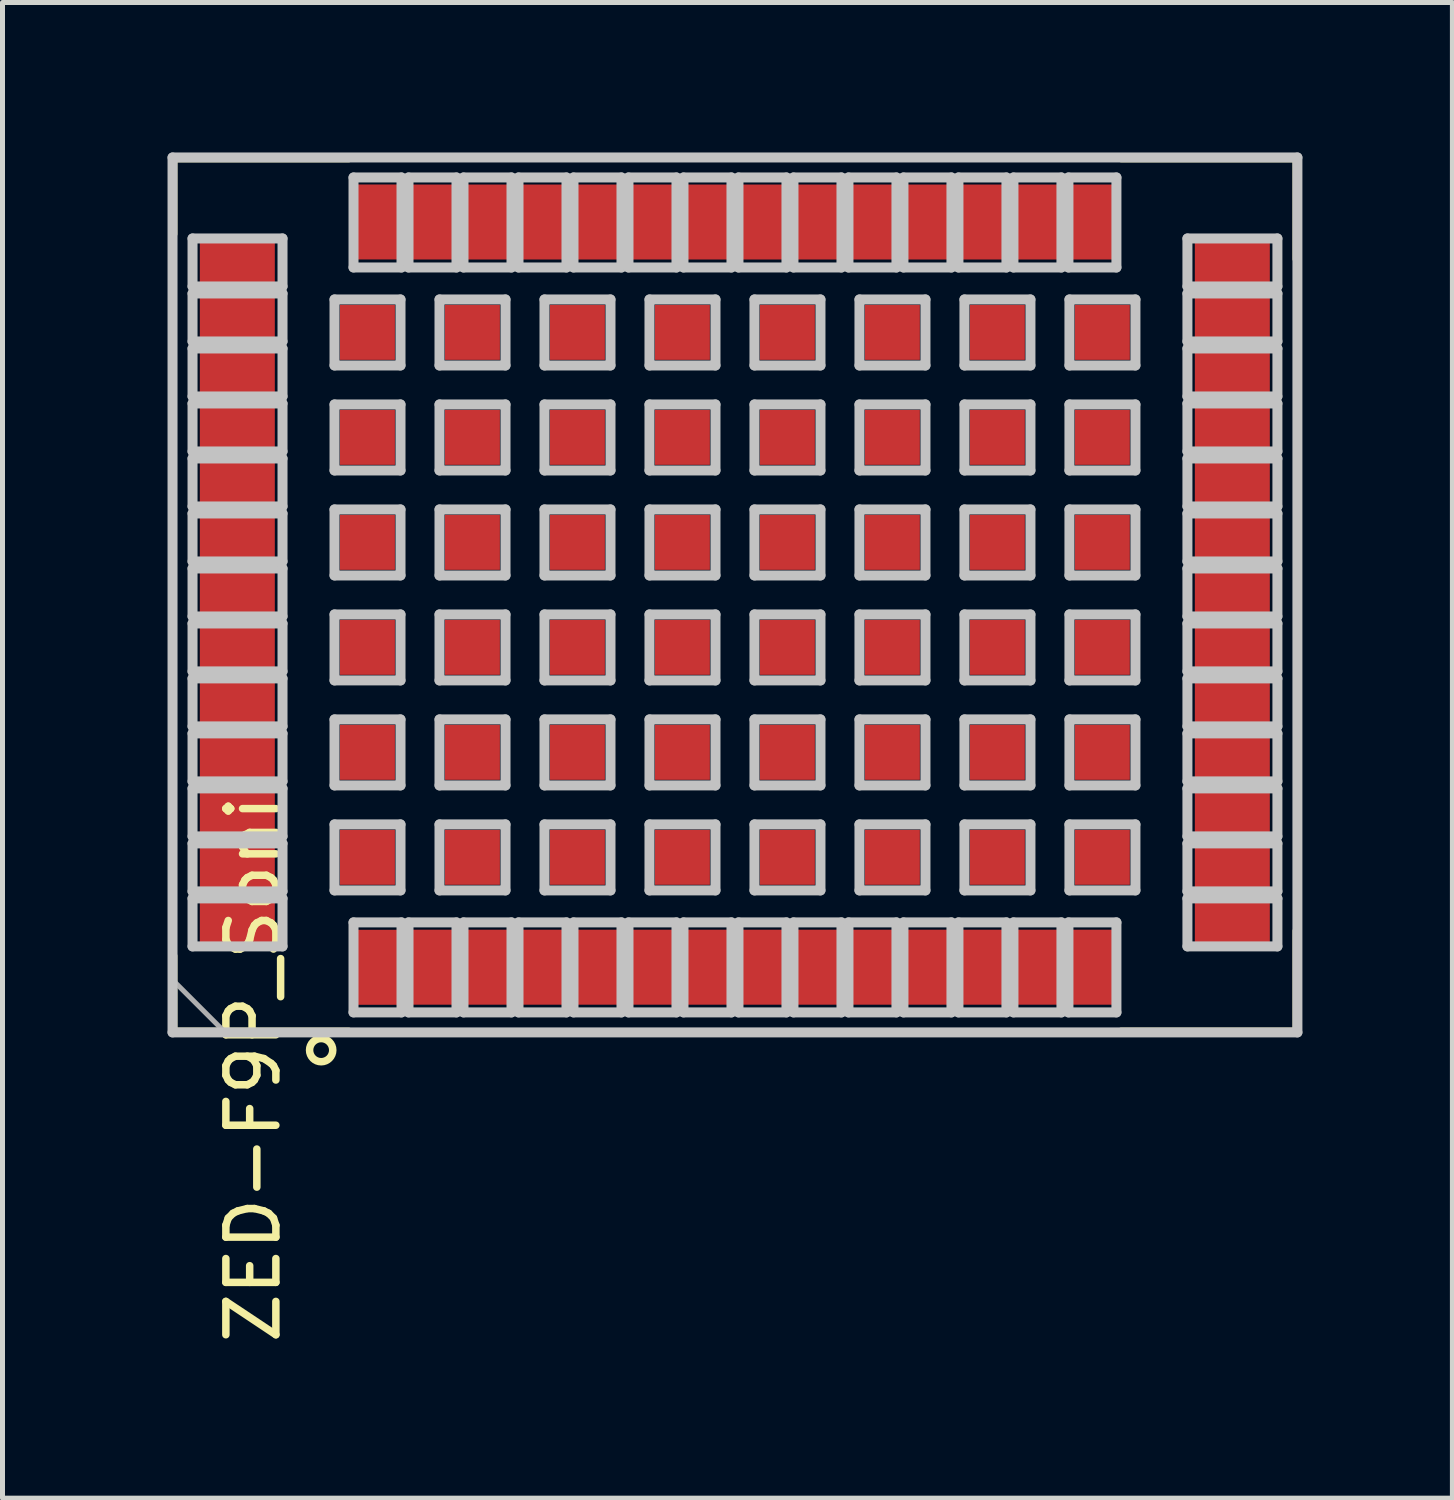
<source format=kicad_pcb>
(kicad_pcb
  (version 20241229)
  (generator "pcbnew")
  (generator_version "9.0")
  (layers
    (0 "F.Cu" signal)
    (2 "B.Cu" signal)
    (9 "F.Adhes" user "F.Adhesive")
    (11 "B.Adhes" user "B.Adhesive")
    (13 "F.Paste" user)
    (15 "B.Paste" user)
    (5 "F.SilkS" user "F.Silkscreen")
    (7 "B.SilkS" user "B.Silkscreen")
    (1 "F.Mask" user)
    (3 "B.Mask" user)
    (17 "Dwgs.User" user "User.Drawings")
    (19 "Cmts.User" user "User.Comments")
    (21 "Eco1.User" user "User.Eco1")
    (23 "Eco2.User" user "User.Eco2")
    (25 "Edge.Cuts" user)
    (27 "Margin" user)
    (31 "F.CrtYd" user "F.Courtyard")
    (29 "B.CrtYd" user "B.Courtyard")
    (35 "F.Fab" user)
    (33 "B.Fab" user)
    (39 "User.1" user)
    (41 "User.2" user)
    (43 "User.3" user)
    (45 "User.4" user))
  (footprint "ZED-F9P_Soni"
    (layer "F.Cu")
    (at 0.25 17.673)
    (property "Reference" "ZED-F9P_Soni" (at 1.763 0.665 90) (layer "F.SilkS") (effects (font (size 1 1) (thickness 0.15))))
    (attr smd)
    (fp_line (start 0.188 -17.536) (end 0.188 -16.039) (stroke (width 0.12) (type solid)) (layer "F.SilkS"))
    (fp_line (start 0.188 -17.536) (end 3.678 -17.536) (stroke (width 0.12) (type solid)) (layer "F.SilkS"))
    (fp_line (start 0.188 -1.607) (end 0.188 -0.109) (stroke (width 0.12) (type solid)) (layer "F.SilkS"))
    (fp_line (start 0.188 -0.109) (end 3.678 -0.109) (stroke (width 0.12) (type solid)) (layer "F.SilkS"))
    (fp_line (start 19.125 -17.536) (end 22.614 -17.536) (stroke (width 0.12) (type solid)) (layer "F.SilkS"))
    (fp_line (start 22.611 -0.109) (end 19.122 -0.109) (stroke (width 0.12) (type solid)) (layer "F.SilkS"))
    (fp_line (start 22.614 -15.536) (end 22.614 -17.536) (stroke (width 0.12) (type solid)) (layer "F.SilkS"))
    (fp_line (start 22.614 -2.107) (end 22.614 -0.107) (stroke (width 0.12) (type solid)) (layer "F.SilkS"))
    (fp_circle (center 3.124 0.282) (end 3.216 0.495) (stroke (width 0.15) (type solid)) (fill no) (layer "F.SilkS"))
    (fp_line (start 0.151 -17.573) (end 0.151 -0.073) (stroke (width 0.2) (type solid)) (layer "Dwgs.User"))
    (fp_line (start 0.151 -0.073) (end 22.651 -0.073) (stroke (width 0.2) (type solid)) (layer "Dwgs.User"))
    (fp_line (start 0.551 -15.953) (end 0.551 -14.993) (stroke (width 0.2) (type solid)) (layer "Dwgs.User"))
    (fp_line (start 0.551 -14.993) (end 2.351 -14.993) (stroke (width 0.2) (type solid)) (layer "Dwgs.User"))
    (fp_line (start 0.551 -14.853) (end 0.551 -13.893) (stroke (width 0.2) (type solid)) (layer "Dwgs.User"))
    (fp_line (start 0.551 -13.893) (end 2.351 -13.893) (stroke (width 0.2) (type solid)) (layer "Dwgs.User"))
    (fp_line (start 0.551 -13.753) (end 0.551 -12.793) (stroke (width 0.2) (type solid)) (layer "Dwgs.User"))
    (fp_line (start 0.551 -12.793) (end 2.351 -12.793) (stroke (width 0.2) (type solid)) (layer "Dwgs.User"))
    (fp_line (start 0.551 -12.653) (end 0.551 -11.693) (stroke (width 0.2) (type solid)) (layer "Dwgs.User"))
    (fp_line (start 0.551 -11.693) (end 2.351 -11.693) (stroke (width 0.2) (type solid)) (layer "Dwgs.User"))
    (fp_line (start 0.551 -11.553) (end 0.551 -10.593) (stroke (width 0.2) (type solid)) (layer "Dwgs.User"))
    (fp_line (start 0.551 -10.593) (end 2.351 -10.593) (stroke (width 0.2) (type solid)) (layer "Dwgs.User"))
    (fp_line (start 0.551 -10.453) (end 0.551 -9.493) (stroke (width 0.2) (type solid)) (layer "Dwgs.User"))
    (fp_line (start 0.551 -9.493) (end 2.351 -9.493) (stroke (width 0.2) (type solid)) (layer "Dwgs.User"))
    (fp_line (start 0.551 -9.353) (end 0.551 -8.393) (stroke (width 0.2) (type solid)) (layer "Dwgs.User"))
    (fp_line (start 0.551 -8.393) (end 2.351 -8.393) (stroke (width 0.2) (type solid)) (layer "Dwgs.User"))
    (fp_line (start 0.551 -8.253) (end 0.551 -7.293) (stroke (width 0.2) (type solid)) (layer "Dwgs.User"))
    (fp_line (start 0.551 -7.293) (end 2.351 -7.293) (stroke (width 0.2) (type solid)) (layer "Dwgs.User"))
    (fp_line (start 0.551 -7.153) (end 0.551 -6.193) (stroke (width 0.2) (type solid)) (layer "Dwgs.User"))
    (fp_line (start 0.551 -6.193) (end 2.351 -6.193) (stroke (width 0.2) (type solid)) (layer "Dwgs.User"))
    (fp_line (start 0.551 -6.053) (end 0.551 -5.093) (stroke (width 0.2) (type solid)) (layer "Dwgs.User"))
    (fp_line (start 0.551 -5.093) (end 2.351 -5.093) (stroke (width 0.2) (type solid)) (layer "Dwgs.User"))
    (fp_line (start 0.551 -4.953) (end 0.551 -3.993) (stroke (width 0.2) (type solid)) (layer "Dwgs.User"))
    (fp_line (start 0.551 -3.993) (end 2.351 -3.993) (stroke (width 0.2) (type solid)) (layer "Dwgs.User"))
    (fp_line (start 0.551 -3.853) (end 0.551 -2.893) (stroke (width 0.2) (type solid)) (layer "Dwgs.User"))
    (fp_line (start 0.551 -2.893) (end 2.351 -2.893) (stroke (width 0.2) (type solid)) (layer "Dwgs.User"))
    (fp_line (start 0.551 -2.753) (end 0.551 -1.793) (stroke (width 0.2) (type solid)) (layer "Dwgs.User"))
    (fp_line (start 0.551 -1.793) (end 2.351 -1.793) (stroke (width 0.2) (type solid)) (layer "Dwgs.User"))
    (fp_line (start 2.351 -15.953) (end 0.551 -15.953) (stroke (width 0.2) (type solid)) (layer "Dwgs.User"))
    (fp_line (start 2.351 -14.993) (end 2.351 -15.953) (stroke (width 0.2) (type solid)) (layer "Dwgs.User"))
    (fp_line (start 2.351 -14.853) (end 0.551 -14.853) (stroke (width 0.2) (type solid)) (layer "Dwgs.User"))
    (fp_line (start 2.351 -13.893) (end 2.351 -14.853) (stroke (width 0.2) (type solid)) (layer "Dwgs.User"))
    (fp_line (start 2.351 -13.753) (end 0.551 -13.753) (stroke (width 0.2) (type solid)) (layer "Dwgs.User"))
    (fp_line (start 2.351 -12.793) (end 2.351 -13.753) (stroke (width 0.2) (type solid)) (layer "Dwgs.User"))
    (fp_line (start 2.351 -12.653) (end 0.551 -12.653) (stroke (width 0.2) (type solid)) (layer "Dwgs.User"))
    (fp_line (start 2.351 -11.693) (end 2.351 -12.653) (stroke (width 0.2) (type solid)) (layer "Dwgs.User"))
    (fp_line (start 2.351 -11.553) (end 0.551 -11.553) (stroke (width 0.2) (type solid)) (layer "Dwgs.User"))
    (fp_line (start 2.351 -10.593) (end 2.351 -11.553) (stroke (width 0.2) (type solid)) (layer "Dwgs.User"))
    (fp_line (start 2.351 -10.453) (end 0.551 -10.453) (stroke (width 0.2) (type solid)) (layer "Dwgs.User"))
    (fp_line (start 2.351 -9.493) (end 2.351 -10.453) (stroke (width 0.2) (type solid)) (layer "Dwgs.User"))
    (fp_line (start 2.351 -9.353) (end 0.551 -9.353) (stroke (width 0.2) (type solid)) (layer "Dwgs.User"))
    (fp_line (start 2.351 -8.393) (end 2.351 -9.353) (stroke (width 0.2) (type solid)) (layer "Dwgs.User"))
    (fp_line (start 2.351 -8.253) (end 0.551 -8.253) (stroke (width 0.2) (type solid)) (layer "Dwgs.User"))
    (fp_line (start 2.351 -7.293) (end 2.351 -8.253) (stroke (width 0.2) (type solid)) (layer "Dwgs.User"))
    (fp_line (start 2.351 -7.153) (end 0.551 -7.153) (stroke (width 0.2) (type solid)) (layer "Dwgs.User"))
    (fp_line (start 2.351 -6.193) (end 2.351 -7.153) (stroke (width 0.2) (type solid)) (layer "Dwgs.User"))
    (fp_line (start 2.351 -6.053) (end 0.551 -6.053) (stroke (width 0.2) (type solid)) (layer "Dwgs.User"))
    (fp_line (start 2.351 -5.093) (end 2.351 -6.053) (stroke (width 0.2) (type solid)) (layer "Dwgs.User"))
    (fp_line (start 2.351 -4.953) (end 0.551 -4.953) (stroke (width 0.2) (type solid)) (layer "Dwgs.User"))
    (fp_line (start 2.351 -3.993) (end 2.351 -4.953) (stroke (width 0.2) (type solid)) (layer "Dwgs.User"))
    (fp_line (start 2.351 -3.853) (end 0.551 -3.853) (stroke (width 0.2) (type solid)) (layer "Dwgs.User"))
    (fp_line (start 2.351 -2.893) (end 2.351 -3.853) (stroke (width 0.2) (type solid)) (layer "Dwgs.User"))
    (fp_line (start 2.351 -2.753) (end 0.551 -2.753) (stroke (width 0.2) (type solid)) (layer "Dwgs.User"))
    (fp_line (start 2.351 -1.793) (end 2.351 -2.753) (stroke (width 0.2) (type solid)) (layer "Dwgs.User"))
    (fp_line (start 3.391 -14.733) (end 3.391 -13.413) (stroke (width 0.2) (type solid)) (layer "Dwgs.User"))
    (fp_line (start 3.391 -14.733) (end 4.711 -14.733) (stroke (width 0.2) (type solid)) (layer "Dwgs.User"))
    (fp_line (start 3.391 -13.413) (end 4.711 -13.413) (stroke (width 0.2) (type solid)) (layer "Dwgs.User"))
    (fp_line (start 3.391 -12.633) (end 3.391 -11.313) (stroke (width 0.2) (type solid)) (layer "Dwgs.User"))
    (fp_line (start 3.391 -12.633) (end 4.711 -12.633) (stroke (width 0.2) (type solid)) (layer "Dwgs.User"))
    (fp_line (start 3.391 -11.313) (end 4.711 -11.313) (stroke (width 0.2) (type solid)) (layer "Dwgs.User"))
    (fp_line (start 3.391 -10.533) (end 3.391 -9.213) (stroke (width 0.2) (type solid)) (layer "Dwgs.User"))
    (fp_line (start 3.391 -10.533) (end 4.711 -10.533) (stroke (width 0.2) (type solid)) (layer "Dwgs.User"))
    (fp_line (start 3.391 -9.213) (end 4.711 -9.213) (stroke (width 0.2) (type solid)) (layer "Dwgs.User"))
    (fp_line (start 3.391 -8.433) (end 3.391 -7.113) (stroke (width 0.2) (type solid)) (layer "Dwgs.User"))
    (fp_line (start 3.391 -8.433) (end 4.711 -8.433) (stroke (width 0.2) (type solid)) (layer "Dwgs.User"))
    (fp_line (start 3.391 -7.113) (end 4.711 -7.113) (stroke (width 0.2) (type solid)) (layer "Dwgs.User"))
    (fp_line (start 3.391 -6.333) (end 3.391 -5.013) (stroke (width 0.2) (type solid)) (layer "Dwgs.User"))
    (fp_line (start 3.391 -6.333) (end 4.711 -6.333) (stroke (width 0.2) (type solid)) (layer "Dwgs.User"))
    (fp_line (start 3.391 -5.013) (end 4.711 -5.013) (stroke (width 0.2) (type solid)) (layer "Dwgs.User"))
    (fp_line (start 3.391 -4.233) (end 3.391 -2.913) (stroke (width 0.2) (type solid)) (layer "Dwgs.User"))
    (fp_line (start 3.391 -4.233) (end 4.711 -4.233) (stroke (width 0.2) (type solid)) (layer "Dwgs.User"))
    (fp_line (start 3.391 -2.913) (end 4.711 -2.913) (stroke (width 0.2) (type solid)) (layer "Dwgs.User"))
    (fp_line (start 3.771 -17.173) (end 3.771 -15.373) (stroke (width 0.2) (type solid)) (layer "Dwgs.User"))
    (fp_line (start 3.771 -15.373) (end 4.731 -15.373) (stroke (width 0.2) (type solid)) (layer "Dwgs.User"))
    (fp_line (start 3.771 -2.273) (end 3.771 -0.473) (stroke (width 0.2) (type solid)) (layer "Dwgs.User"))
    (fp_line (start 3.771 -0.473) (end 4.731 -0.473) (stroke (width 0.2) (type solid)) (layer "Dwgs.User"))
    (fp_line (start 4.711 -14.733) (end 4.711 -13.413) (stroke (width 0.2) (type solid)) (layer "Dwgs.User"))
    (fp_line (start 4.711 -12.633) (end 4.711 -11.313) (stroke (width 0.2) (type solid)) (layer "Dwgs.User"))
    (fp_line (start 4.711 -10.533) (end 4.711 -9.213) (stroke (width 0.2) (type solid)) (layer "Dwgs.User"))
    (fp_line (start 4.711 -8.433) (end 4.711 -7.113) (stroke (width 0.2) (type solid)) (layer "Dwgs.User"))
    (fp_line (start 4.711 -6.333) (end 4.711 -5.013) (stroke (width 0.2) (type solid)) (layer "Dwgs.User"))
    (fp_line (start 4.711 -4.233) (end 4.711 -2.913) (stroke (width 0.2) (type solid)) (layer "Dwgs.User"))
    (fp_line (start 4.731 -17.173) (end 3.771 -17.173) (stroke (width 0.2) (type solid)) (layer "Dwgs.User"))
    (fp_line (start 4.731 -15.373) (end 4.731 -17.173) (stroke (width 0.2) (type solid)) (layer "Dwgs.User"))
    (fp_line (start 4.731 -2.273) (end 3.771 -2.273) (stroke (width 0.2) (type solid)) (layer "Dwgs.User"))
    (fp_line (start 4.731 -0.473) (end 4.731 -2.273) (stroke (width 0.2) (type solid)) (layer "Dwgs.User"))
    (fp_line (start 4.871 -17.173) (end 4.871 -15.373) (stroke (width 0.2) (type solid)) (layer "Dwgs.User"))
    (fp_line (start 4.871 -15.373) (end 5.831 -15.373) (stroke (width 0.2) (type solid)) (layer "Dwgs.User"))
    (fp_line (start 4.871 -2.273) (end 4.871 -0.473) (stroke (width 0.2) (type solid)) (layer "Dwgs.User"))
    (fp_line (start 4.871 -0.473) (end 5.831 -0.473) (stroke (width 0.2) (type solid)) (layer "Dwgs.User"))
    (fp_line (start 5.491 -14.733) (end 5.491 -13.413) (stroke (width 0.2) (type solid)) (layer "Dwgs.User"))
    (fp_line (start 5.491 -14.733) (end 6.811 -14.733) (stroke (width 0.2) (type solid)) (layer "Dwgs.User"))
    (fp_line (start 5.491 -13.413) (end 6.811 -13.413) (stroke (width 0.2) (type solid)) (layer "Dwgs.User"))
    (fp_line (start 5.491 -12.633) (end 5.491 -11.313) (stroke (width 0.2) (type solid)) (layer "Dwgs.User"))
    (fp_line (start 5.491 -12.633) (end 6.811 -12.633) (stroke (width 0.2) (type solid)) (layer "Dwgs.User"))
    (fp_line (start 5.491 -11.313) (end 6.811 -11.313) (stroke (width 0.2) (type solid)) (layer "Dwgs.User"))
    (fp_line (start 5.491 -10.533) (end 5.491 -9.213) (stroke (width 0.2) (type solid)) (layer "Dwgs.User"))
    (fp_line (start 5.491 -10.533) (end 6.811 -10.533) (stroke (width 0.2) (type solid)) (layer "Dwgs.User"))
    (fp_line (start 5.491 -9.213) (end 6.811 -9.213) (stroke (width 0.2) (type solid)) (layer "Dwgs.User"))
    (fp_line (start 5.491 -8.433) (end 5.491 -7.113) (stroke (width 0.2) (type solid)) (layer "Dwgs.User"))
    (fp_line (start 5.491 -8.433) (end 6.811 -8.433) (stroke (width 0.2) (type solid)) (layer "Dwgs.User"))
    (fp_line (start 5.491 -7.113) (end 6.811 -7.113) (stroke (width 0.2) (type solid)) (layer "Dwgs.User"))
    (fp_line (start 5.491 -6.333) (end 5.491 -5.013) (stroke (width 0.2) (type solid)) (layer "Dwgs.User"))
    (fp_line (start 5.491 -6.333) (end 6.811 -6.333) (stroke (width 0.2) (type solid)) (layer "Dwgs.User"))
    (fp_line (start 5.491 -5.013) (end 6.811 -5.013) (stroke (width 0.2) (type solid)) (layer "Dwgs.User"))
    (fp_line (start 5.491 -4.233) (end 5.491 -2.913) (stroke (width 0.2) (type solid)) (layer "Dwgs.User"))
    (fp_line (start 5.491 -4.233) (end 6.811 -4.233) (stroke (width 0.2) (type solid)) (layer "Dwgs.User"))
    (fp_line (start 5.491 -2.913) (end 6.811 -2.913) (stroke (width 0.2) (type solid)) (layer "Dwgs.User"))
    (fp_line (start 5.831 -17.173) (end 4.871 -17.173) (stroke (width 0.2) (type solid)) (layer "Dwgs.User"))
    (fp_line (start 5.831 -15.373) (end 5.831 -17.173) (stroke (width 0.2) (type solid)) (layer "Dwgs.User"))
    (fp_line (start 5.831 -2.273) (end 4.871 -2.273) (stroke (width 0.2) (type solid)) (layer "Dwgs.User"))
    (fp_line (start 5.831 -0.473) (end 5.831 -2.273) (stroke (width 0.2) (type solid)) (layer "Dwgs.User"))
    (fp_line (start 5.971 -17.173) (end 5.971 -15.373) (stroke (width 0.2) (type solid)) (layer "Dwgs.User"))
    (fp_line (start 5.971 -15.373) (end 6.931 -15.373) (stroke (width 0.2) (type solid)) (layer "Dwgs.User"))
    (fp_line (start 5.971 -2.273) (end 5.971 -0.473) (stroke (width 0.2) (type solid)) (layer "Dwgs.User"))
    (fp_line (start 5.971 -0.473) (end 6.931 -0.473) (stroke (width 0.2) (type solid)) (layer "Dwgs.User"))
    (fp_line (start 6.811 -14.733) (end 6.811 -13.413) (stroke (width 0.2) (type solid)) (layer "Dwgs.User"))
    (fp_line (start 6.811 -12.633) (end 6.811 -11.313) (stroke (width 0.2) (type solid)) (layer "Dwgs.User"))
    (fp_line (start 6.811 -10.533) (end 6.811 -9.213) (stroke (width 0.2) (type solid)) (layer "Dwgs.User"))
    (fp_line (start 6.811 -8.433) (end 6.811 -7.113) (stroke (width 0.2) (type solid)) (layer "Dwgs.User"))
    (fp_line (start 6.811 -6.333) (end 6.811 -5.013) (stroke (width 0.2) (type solid)) (layer "Dwgs.User"))
    (fp_line (start 6.811 -4.233) (end 6.811 -2.913) (stroke (width 0.2) (type solid)) (layer "Dwgs.User"))
    (fp_line (start 6.931 -17.173) (end 5.971 -17.173) (stroke (width 0.2) (type solid)) (layer "Dwgs.User"))
    (fp_line (start 6.931 -15.373) (end 6.931 -17.173) (stroke (width 0.2) (type solid)) (layer "Dwgs.User"))
    (fp_line (start 6.931 -2.273) (end 5.971 -2.273) (stroke (width 0.2) (type solid)) (layer "Dwgs.User"))
    (fp_line (start 6.931 -0.473) (end 6.931 -2.273) (stroke (width 0.2) (type solid)) (layer "Dwgs.User"))
    (fp_line (start 7.071 -17.173) (end 7.071 -15.373) (stroke (width 0.2) (type solid)) (layer "Dwgs.User"))
    (fp_line (start 7.071 -15.373) (end 8.031 -15.373) (stroke (width 0.2) (type solid)) (layer "Dwgs.User"))
    (fp_line (start 7.071 -2.273) (end 7.071 -0.473) (stroke (width 0.2) (type solid)) (layer "Dwgs.User"))
    (fp_line (start 7.071 -0.473) (end 8.031 -0.473) (stroke (width 0.2) (type solid)) (layer "Dwgs.User"))
    (fp_line (start 7.591 -14.733) (end 7.591 -13.413) (stroke (width 0.2) (type solid)) (layer "Dwgs.User"))
    (fp_line (start 7.591 -14.733) (end 8.911 -14.733) (stroke (width 0.2) (type solid)) (layer "Dwgs.User"))
    (fp_line (start 7.591 -13.413) (end 8.911 -13.413) (stroke (width 0.2) (type solid)) (layer "Dwgs.User"))
    (fp_line (start 7.591 -12.633) (end 7.591 -11.313) (stroke (width 0.2) (type solid)) (layer "Dwgs.User"))
    (fp_line (start 7.591 -12.633) (end 8.911 -12.633) (stroke (width 0.2) (type solid)) (layer "Dwgs.User"))
    (fp_line (start 7.591 -11.313) (end 8.911 -11.313) (stroke (width 0.2) (type solid)) (layer "Dwgs.User"))
    (fp_line (start 7.591 -10.533) (end 7.591 -9.213) (stroke (width 0.2) (type solid)) (layer "Dwgs.User"))
    (fp_line (start 7.591 -10.533) (end 8.911 -10.533) (stroke (width 0.2) (type solid)) (layer "Dwgs.User"))
    (fp_line (start 7.591 -9.213) (end 8.911 -9.213) (stroke (width 0.2) (type solid)) (layer "Dwgs.User"))
    (fp_line (start 7.591 -8.433) (end 7.591 -7.113) (stroke (width 0.2) (type solid)) (layer "Dwgs.User"))
    (fp_line (start 7.591 -8.433) (end 8.911 -8.433) (stroke (width 0.2) (type solid)) (layer "Dwgs.User"))
    (fp_line (start 7.591 -7.113) (end 8.911 -7.113) (stroke (width 0.2) (type solid)) (layer "Dwgs.User"))
    (fp_line (start 7.591 -6.333) (end 7.591 -5.013) (stroke (width 0.2) (type solid)) (layer "Dwgs.User"))
    (fp_line (start 7.591 -6.333) (end 8.911 -6.333) (stroke (width 0.2) (type solid)) (layer "Dwgs.User"))
    (fp_line (start 7.591 -5.013) (end 8.911 -5.013) (stroke (width 0.2) (type solid)) (layer "Dwgs.User"))
    (fp_line (start 7.591 -4.233) (end 7.591 -2.913) (stroke (width 0.2) (type solid)) (layer "Dwgs.User"))
    (fp_line (start 7.591 -4.233) (end 8.911 -4.233) (stroke (width 0.2) (type solid)) (layer "Dwgs.User"))
    (fp_line (start 7.591 -2.913) (end 8.911 -2.913) (stroke (width 0.2) (type solid)) (layer "Dwgs.User"))
    (fp_line (start 8.031 -17.173) (end 7.071 -17.173) (stroke (width 0.2) (type solid)) (layer "Dwgs.User"))
    (fp_line (start 8.031 -15.373) (end 8.031 -17.173) (stroke (width 0.2) (type solid)) (layer "Dwgs.User"))
    (fp_line (start 8.031 -2.273) (end 7.071 -2.273) (stroke (width 0.2) (type solid)) (layer "Dwgs.User"))
    (fp_line (start 8.031 -0.473) (end 8.031 -2.273) (stroke (width 0.2) (type solid)) (layer "Dwgs.User"))
    (fp_line (start 8.171 -17.173) (end 8.171 -15.373) (stroke (width 0.2) (type solid)) (layer "Dwgs.User"))
    (fp_line (start 8.171 -15.373) (end 9.131 -15.373) (stroke (width 0.2) (type solid)) (layer "Dwgs.User"))
    (fp_line (start 8.171 -2.273) (end 8.171 -0.473) (stroke (width 0.2) (type solid)) (layer "Dwgs.User"))
    (fp_line (start 8.171 -0.473) (end 9.131 -0.473) (stroke (width 0.2) (type solid)) (layer "Dwgs.User"))
    (fp_line (start 8.911 -14.733) (end 8.911 -13.413) (stroke (width 0.2) (type solid)) (layer "Dwgs.User"))
    (fp_line (start 8.911 -12.633) (end 8.911 -11.313) (stroke (width 0.2) (type solid)) (layer "Dwgs.User"))
    (fp_line (start 8.911 -10.533) (end 8.911 -9.213) (stroke (width 0.2) (type solid)) (layer "Dwgs.User"))
    (fp_line (start 8.911 -8.433) (end 8.911 -7.113) (stroke (width 0.2) (type solid)) (layer "Dwgs.User"))
    (fp_line (start 8.911 -6.333) (end 8.911 -5.013) (stroke (width 0.2) (type solid)) (layer "Dwgs.User"))
    (fp_line (start 8.911 -4.233) (end 8.911 -2.913) (stroke (width 0.2) (type solid)) (layer "Dwgs.User"))
    (fp_line (start 9.131 -17.173) (end 8.171 -17.173) (stroke (width 0.2) (type solid)) (layer "Dwgs.User"))
    (fp_line (start 9.131 -15.373) (end 9.131 -17.173) (stroke (width 0.2) (type solid)) (layer "Dwgs.User"))
    (fp_line (start 9.131 -2.273) (end 8.171 -2.273) (stroke (width 0.2) (type solid)) (layer "Dwgs.User"))
    (fp_line (start 9.131 -0.473) (end 9.131 -2.273) (stroke (width 0.2) (type solid)) (layer "Dwgs.User"))
    (fp_line (start 9.271 -17.173) (end 9.271 -15.373) (stroke (width 0.2) (type solid)) (layer "Dwgs.User"))
    (fp_line (start 9.271 -15.373) (end 10.231 -15.373) (stroke (width 0.2) (type solid)) (layer "Dwgs.User"))
    (fp_line (start 9.271 -2.273) (end 9.271 -0.473) (stroke (width 0.2) (type solid)) (layer "Dwgs.User"))
    (fp_line (start 9.271 -0.473) (end 10.231 -0.473) (stroke (width 0.2) (type solid)) (layer "Dwgs.User"))
    (fp_line (start 9.691 -14.733) (end 9.691 -13.413) (stroke (width 0.2) (type solid)) (layer "Dwgs.User"))
    (fp_line (start 9.691 -14.733) (end 11.011 -14.733) (stroke (width 0.2) (type solid)) (layer "Dwgs.User"))
    (fp_line (start 9.691 -13.413) (end 11.011 -13.413) (stroke (width 0.2) (type solid)) (layer "Dwgs.User"))
    (fp_line (start 9.691 -12.633) (end 9.691 -11.313) (stroke (width 0.2) (type solid)) (layer "Dwgs.User"))
    (fp_line (start 9.691 -12.633) (end 11.011 -12.633) (stroke (width 0.2) (type solid)) (layer "Dwgs.User"))
    (fp_line (start 9.691 -11.313) (end 11.011 -11.313) (stroke (width 0.2) (type solid)) (layer "Dwgs.User"))
    (fp_line (start 9.691 -10.533) (end 9.691 -9.213) (stroke (width 0.2) (type solid)) (layer "Dwgs.User"))
    (fp_line (start 9.691 -10.533) (end 11.011 -10.533) (stroke (width 0.2) (type solid)) (layer "Dwgs.User"))
    (fp_line (start 9.691 -9.213) (end 11.011 -9.213) (stroke (width 0.2) (type solid)) (layer "Dwgs.User"))
    (fp_line (start 9.691 -8.433) (end 9.691 -7.113) (stroke (width 0.2) (type solid)) (layer "Dwgs.User"))
    (fp_line (start 9.691 -8.433) (end 11.011 -8.433) (stroke (width 0.2) (type solid)) (layer "Dwgs.User"))
    (fp_line (start 9.691 -7.113) (end 11.011 -7.113) (stroke (width 0.2) (type solid)) (layer "Dwgs.User"))
    (fp_line (start 9.691 -6.333) (end 9.691 -5.013) (stroke (width 0.2) (type solid)) (layer "Dwgs.User"))
    (fp_line (start 9.691 -6.333) (end 11.011 -6.333) (stroke (width 0.2) (type solid)) (layer "Dwgs.User"))
    (fp_line (start 9.691 -5.013) (end 11.011 -5.013) (stroke (width 0.2) (type solid)) (layer "Dwgs.User"))
    (fp_line (start 9.691 -4.233) (end 9.691 -2.913) (stroke (width 0.2) (type solid)) (layer "Dwgs.User"))
    (fp_line (start 9.691 -4.233) (end 11.011 -4.233) (stroke (width 0.2) (type solid)) (layer "Dwgs.User"))
    (fp_line (start 9.691 -2.913) (end 11.011 -2.913) (stroke (width 0.2) (type solid)) (layer "Dwgs.User"))
    (fp_line (start 10.231 -17.173) (end 9.271 -17.173) (stroke (width 0.2) (type solid)) (layer "Dwgs.User"))
    (fp_line (start 10.231 -15.373) (end 10.231 -17.173) (stroke (width 0.2) (type solid)) (layer "Dwgs.User"))
    (fp_line (start 10.231 -2.273) (end 9.271 -2.273) (stroke (width 0.2) (type solid)) (layer "Dwgs.User"))
    (fp_line (start 10.231 -0.473) (end 10.231 -2.273) (stroke (width 0.2) (type solid)) (layer "Dwgs.User"))
    (fp_line (start 10.371 -17.173) (end 10.371 -15.373) (stroke (width 0.2) (type solid)) (layer "Dwgs.User"))
    (fp_line (start 10.371 -15.373) (end 11.331 -15.373) (stroke (width 0.2) (type solid)) (layer "Dwgs.User"))
    (fp_line (start 10.371 -2.273) (end 10.371 -0.473) (stroke (width 0.2) (type solid)) (layer "Dwgs.User"))
    (fp_line (start 10.371 -0.473) (end 11.331 -0.473) (stroke (width 0.2) (type solid)) (layer "Dwgs.User"))
    (fp_line (start 11.011 -14.733) (end 11.011 -13.413) (stroke (width 0.2) (type solid)) (layer "Dwgs.User"))
    (fp_line (start 11.011 -12.633) (end 11.011 -11.313) (stroke (width 0.2) (type solid)) (layer "Dwgs.User"))
    (fp_line (start 11.011 -10.533) (end 11.011 -9.213) (stroke (width 0.2) (type solid)) (layer "Dwgs.User"))
    (fp_line (start 11.011 -8.433) (end 11.011 -7.113) (stroke (width 0.2) (type solid)) (layer "Dwgs.User"))
    (fp_line (start 11.011 -6.333) (end 11.011 -5.013) (stroke (width 0.2) (type solid)) (layer "Dwgs.User"))
    (fp_line (start 11.011 -4.233) (end 11.011 -2.913) (stroke (width 0.2) (type solid)) (layer "Dwgs.User"))
    (fp_line (start 11.331 -17.173) (end 10.371 -17.173) (stroke (width 0.2) (type solid)) (layer "Dwgs.User"))
    (fp_line (start 11.331 -15.373) (end 11.331 -17.173) (stroke (width 0.2) (type solid)) (layer "Dwgs.User"))
    (fp_line (start 11.331 -2.273) (end 10.371 -2.273) (stroke (width 0.2) (type solid)) (layer "Dwgs.User"))
    (fp_line (start 11.331 -0.473) (end 11.331 -2.273) (stroke (width 0.2) (type solid)) (layer "Dwgs.User"))
    (fp_line (start 11.471 -17.173) (end 11.471 -15.373) (stroke (width 0.2) (type solid)) (layer "Dwgs.User"))
    (fp_line (start 11.471 -15.373) (end 12.431 -15.373) (stroke (width 0.2) (type solid)) (layer "Dwgs.User"))
    (fp_line (start 11.471 -2.273) (end 11.471 -0.473) (stroke (width 0.2) (type solid)) (layer "Dwgs.User"))
    (fp_line (start 11.471 -0.473) (end 12.431 -0.473) (stroke (width 0.2) (type solid)) (layer "Dwgs.User"))
    (fp_line (start 11.791 -14.733) (end 11.791 -13.413) (stroke (width 0.2) (type solid)) (layer "Dwgs.User"))
    (fp_line (start 11.791 -14.733) (end 13.111 -14.733) (stroke (width 0.2) (type solid)) (layer "Dwgs.User"))
    (fp_line (start 11.791 -13.413) (end 13.111 -13.413) (stroke (width 0.2) (type solid)) (layer "Dwgs.User"))
    (fp_line (start 11.791 -12.633) (end 11.791 -11.313) (stroke (width 0.2) (type solid)) (layer "Dwgs.User"))
    (fp_line (start 11.791 -12.633) (end 13.111 -12.633) (stroke (width 0.2) (type solid)) (layer "Dwgs.User"))
    (fp_line (start 11.791 -11.313) (end 13.111 -11.313) (stroke (width 0.2) (type solid)) (layer "Dwgs.User"))
    (fp_line (start 11.791 -10.533) (end 11.791 -9.213) (stroke (width 0.2) (type solid)) (layer "Dwgs.User"))
    (fp_line (start 11.791 -10.533) (end 13.111 -10.533) (stroke (width 0.2) (type solid)) (layer "Dwgs.User"))
    (fp_line (start 11.791 -9.213) (end 13.111 -9.213) (stroke (width 0.2) (type solid)) (layer "Dwgs.User"))
    (fp_line (start 11.791 -8.433) (end 11.791 -7.113) (stroke (width 0.2) (type solid)) (layer "Dwgs.User"))
    (fp_line (start 11.791 -8.433) (end 13.111 -8.433) (stroke (width 0.2) (type solid)) (layer "Dwgs.User"))
    (fp_line (start 11.791 -7.113) (end 13.111 -7.113) (stroke (width 0.2) (type solid)) (layer "Dwgs.User"))
    (fp_line (start 11.791 -6.333) (end 11.791 -5.013) (stroke (width 0.2) (type solid)) (layer "Dwgs.User"))
    (fp_line (start 11.791 -6.333) (end 13.111 -6.333) (stroke (width 0.2) (type solid)) (layer "Dwgs.User"))
    (fp_line (start 11.791 -5.013) (end 13.111 -5.013) (stroke (width 0.2) (type solid)) (layer "Dwgs.User"))
    (fp_line (start 11.791 -4.233) (end 11.791 -2.913) (stroke (width 0.2) (type solid)) (layer "Dwgs.User"))
    (fp_line (start 11.791 -4.233) (end 13.111 -4.233) (stroke (width 0.2) (type solid)) (layer "Dwgs.User"))
    (fp_line (start 11.791 -2.913) (end 13.111 -2.913) (stroke (width 0.2) (type solid)) (layer "Dwgs.User"))
    (fp_line (start 12.431 -17.173) (end 11.471 -17.173) (stroke (width 0.2) (type solid)) (layer "Dwgs.User"))
    (fp_line (start 12.431 -15.373) (end 12.431 -17.173) (stroke (width 0.2) (type solid)) (layer "Dwgs.User"))
    (fp_line (start 12.431 -2.273) (end 11.471 -2.273) (stroke (width 0.2) (type solid)) (layer "Dwgs.User"))
    (fp_line (start 12.431 -0.473) (end 12.431 -2.273) (stroke (width 0.2) (type solid)) (layer "Dwgs.User"))
    (fp_line (start 12.571 -17.173) (end 12.571 -15.373) (stroke (width 0.2) (type solid)) (layer "Dwgs.User"))
    (fp_line (start 12.571 -15.373) (end 13.531 -15.373) (stroke (width 0.2) (type solid)) (layer "Dwgs.User"))
    (fp_line (start 12.571 -2.273) (end 12.571 -0.473) (stroke (width 0.2) (type solid)) (layer "Dwgs.User"))
    (fp_line (start 12.571 -0.473) (end 13.531 -0.473) (stroke (width 0.2) (type solid)) (layer "Dwgs.User"))
    (fp_line (start 13.111 -14.733) (end 13.111 -13.413) (stroke (width 0.2) (type solid)) (layer "Dwgs.User"))
    (fp_line (start 13.111 -12.633) (end 13.111 -11.313) (stroke (width 0.2) (type solid)) (layer "Dwgs.User"))
    (fp_line (start 13.111 -10.533) (end 13.111 -9.213) (stroke (width 0.2) (type solid)) (layer "Dwgs.User"))
    (fp_line (start 13.111 -8.433) (end 13.111 -7.113) (stroke (width 0.2) (type solid)) (layer "Dwgs.User"))
    (fp_line (start 13.111 -6.333) (end 13.111 -5.013) (stroke (width 0.2) (type solid)) (layer "Dwgs.User"))
    (fp_line (start 13.111 -4.233) (end 13.111 -2.913) (stroke (width 0.2) (type solid)) (layer "Dwgs.User"))
    (fp_line (start 13.531 -17.173) (end 12.571 -17.173) (stroke (width 0.2) (type solid)) (layer "Dwgs.User"))
    (fp_line (start 13.531 -15.373) (end 13.531 -17.173) (stroke (width 0.2) (type solid)) (layer "Dwgs.User"))
    (fp_line (start 13.531 -2.273) (end 12.571 -2.273) (stroke (width 0.2) (type solid)) (layer "Dwgs.User"))
    (fp_line (start 13.531 -0.473) (end 13.531 -2.273) (stroke (width 0.2) (type solid)) (layer "Dwgs.User"))
    (fp_line (start 13.671 -17.173) (end 13.671 -15.373) (stroke (width 0.2) (type solid)) (layer "Dwgs.User"))
    (fp_line (start 13.671 -15.373) (end 14.631 -15.373) (stroke (width 0.2) (type solid)) (layer "Dwgs.User"))
    (fp_line (start 13.671 -2.273) (end 13.671 -0.473) (stroke (width 0.2) (type solid)) (layer "Dwgs.User"))
    (fp_line (start 13.671 -0.473) (end 14.631 -0.473) (stroke (width 0.2) (type solid)) (layer "Dwgs.User"))
    (fp_line (start 13.891 -14.733) (end 13.891 -13.413) (stroke (width 0.2) (type solid)) (layer "Dwgs.User"))
    (fp_line (start 13.891 -14.733) (end 15.211 -14.733) (stroke (width 0.2) (type solid)) (layer "Dwgs.User"))
    (fp_line (start 13.891 -13.413) (end 15.211 -13.413) (stroke (width 0.2) (type solid)) (layer "Dwgs.User"))
    (fp_line (start 13.891 -12.633) (end 13.891 -11.313) (stroke (width 0.2) (type solid)) (layer "Dwgs.User"))
    (fp_line (start 13.891 -12.633) (end 15.211 -12.633) (stroke (width 0.2) (type solid)) (layer "Dwgs.User"))
    (fp_line (start 13.891 -11.313) (end 15.211 -11.313) (stroke (width 0.2) (type solid)) (layer "Dwgs.User"))
    (fp_line (start 13.891 -10.533) (end 13.891 -9.213) (stroke (width 0.2) (type solid)) (layer "Dwgs.User"))
    (fp_line (start 13.891 -10.533) (end 15.211 -10.533) (stroke (width 0.2) (type solid)) (layer "Dwgs.User"))
    (fp_line (start 13.891 -9.213) (end 15.211 -9.213) (stroke (width 0.2) (type solid)) (layer "Dwgs.User"))
    (fp_line (start 13.891 -8.433) (end 13.891 -7.113) (stroke (width 0.2) (type solid)) (layer "Dwgs.User"))
    (fp_line (start 13.891 -8.433) (end 15.211 -8.433) (stroke (width 0.2) (type solid)) (layer "Dwgs.User"))
    (fp_line (start 13.891 -7.113) (end 15.211 -7.113) (stroke (width 0.2) (type solid)) (layer "Dwgs.User"))
    (fp_line (start 13.891 -6.333) (end 13.891 -5.013) (stroke (width 0.2) (type solid)) (layer "Dwgs.User"))
    (fp_line (start 13.891 -6.333) (end 15.211 -6.333) (stroke (width 0.2) (type solid)) (layer "Dwgs.User"))
    (fp_line (start 13.891 -5.013) (end 15.211 -5.013) (stroke (width 0.2) (type solid)) (layer "Dwgs.User"))
    (fp_line (start 13.891 -4.233) (end 13.891 -2.913) (stroke (width 0.2) (type solid)) (layer "Dwgs.User"))
    (fp_line (start 13.891 -4.233) (end 15.211 -4.233) (stroke (width 0.2) (type solid)) (layer "Dwgs.User"))
    (fp_line (start 13.891 -2.913) (end 15.211 -2.913) (stroke (width 0.2) (type solid)) (layer "Dwgs.User"))
    (fp_line (start 14.631 -17.173) (end 13.671 -17.173) (stroke (width 0.2) (type solid)) (layer "Dwgs.User"))
    (fp_line (start 14.631 -15.373) (end 14.631 -17.173) (stroke (width 0.2) (type solid)) (layer "Dwgs.User"))
    (fp_line (start 14.631 -2.273) (end 13.671 -2.273) (stroke (width 0.2) (type solid)) (layer "Dwgs.User"))
    (fp_line (start 14.631 -0.473) (end 14.631 -2.273) (stroke (width 0.2) (type solid)) (layer "Dwgs.User"))
    (fp_line (start 14.771 -17.173) (end 14.771 -15.373) (stroke (width 0.2) (type solid)) (layer "Dwgs.User"))
    (fp_line (start 14.771 -15.373) (end 15.731 -15.373) (stroke (width 0.2) (type solid)) (layer "Dwgs.User"))
    (fp_line (start 14.771 -2.273) (end 14.771 -0.473) (stroke (width 0.2) (type solid)) (layer "Dwgs.User"))
    (fp_line (start 14.771 -0.473) (end 15.731 -0.473) (stroke (width 0.2) (type solid)) (layer "Dwgs.User"))
    (fp_line (start 15.211 -14.733) (end 15.211 -13.413) (stroke (width 0.2) (type solid)) (layer "Dwgs.User"))
    (fp_line (start 15.211 -12.633) (end 15.211 -11.313) (stroke (width 0.2) (type solid)) (layer "Dwgs.User"))
    (fp_line (start 15.211 -10.533) (end 15.211 -9.213) (stroke (width 0.2) (type solid)) (layer "Dwgs.User"))
    (fp_line (start 15.211 -8.433) (end 15.211 -7.113) (stroke (width 0.2) (type solid)) (layer "Dwgs.User"))
    (fp_line (start 15.211 -6.333) (end 15.211 -5.013) (stroke (width 0.2) (type solid)) (layer "Dwgs.User"))
    (fp_line (start 15.211 -4.233) (end 15.211 -2.913) (stroke (width 0.2) (type solid)) (layer "Dwgs.User"))
    (fp_line (start 15.731 -17.173) (end 14.771 -17.173) (stroke (width 0.2) (type solid)) (layer "Dwgs.User"))
    (fp_line (start 15.731 -15.373) (end 15.731 -17.173) (stroke (width 0.2) (type solid)) (layer "Dwgs.User"))
    (fp_line (start 15.731 -2.273) (end 14.771 -2.273) (stroke (width 0.2) (type solid)) (layer "Dwgs.User"))
    (fp_line (start 15.731 -0.473) (end 15.731 -2.273) (stroke (width 0.2) (type solid)) (layer "Dwgs.User"))
    (fp_line (start 15.871 -17.173) (end 15.871 -15.373) (stroke (width 0.2) (type solid)) (layer "Dwgs.User"))
    (fp_line (start 15.871 -15.373) (end 16.831 -15.373) (stroke (width 0.2) (type solid)) (layer "Dwgs.User"))
    (fp_line (start 15.871 -2.273) (end 15.871 -0.473) (stroke (width 0.2) (type solid)) (layer "Dwgs.User"))
    (fp_line (start 15.871 -0.473) (end 16.831 -0.473) (stroke (width 0.2) (type solid)) (layer "Dwgs.User"))
    (fp_line (start 15.991 -14.733) (end 15.991 -13.413) (stroke (width 0.2) (type solid)) (layer "Dwgs.User"))
    (fp_line (start 15.991 -14.733) (end 17.311 -14.733) (stroke (width 0.2) (type solid)) (layer "Dwgs.User"))
    (fp_line (start 15.991 -13.413) (end 17.311 -13.413) (stroke (width 0.2) (type solid)) (layer "Dwgs.User"))
    (fp_line (start 15.991 -12.633) (end 15.991 -11.313) (stroke (width 0.2) (type solid)) (layer "Dwgs.User"))
    (fp_line (start 15.991 -12.633) (end 17.311 -12.633) (stroke (width 0.2) (type solid)) (layer "Dwgs.User"))
    (fp_line (start 15.991 -11.313) (end 17.311 -11.313) (stroke (width 0.2) (type solid)) (layer "Dwgs.User"))
    (fp_line (start 15.991 -10.533) (end 15.991 -9.213) (stroke (width 0.2) (type solid)) (layer "Dwgs.User"))
    (fp_line (start 15.991 -10.533) (end 17.311 -10.533) (stroke (width 0.2) (type solid)) (layer "Dwgs.User"))
    (fp_line (start 15.991 -9.213) (end 17.311 -9.213) (stroke (width 0.2) (type solid)) (layer "Dwgs.User"))
    (fp_line (start 15.991 -8.433) (end 15.991 -7.113) (stroke (width 0.2) (type solid)) (layer "Dwgs.User"))
    (fp_line (start 15.991 -8.433) (end 17.311 -8.433) (stroke (width 0.2) (type solid)) (layer "Dwgs.User"))
    (fp_line (start 15.991 -7.113) (end 17.311 -7.113) (stroke (width 0.2) (type solid)) (layer "Dwgs.User"))
    (fp_line (start 15.991 -6.333) (end 15.991 -5.013) (stroke (width 0.2) (type solid)) (layer "Dwgs.User"))
    (fp_line (start 15.991 -6.333) (end 17.311 -6.333) (stroke (width 0.2) (type solid)) (layer "Dwgs.User"))
    (fp_line (start 15.991 -5.013) (end 17.311 -5.013) (stroke (width 0.2) (type solid)) (layer "Dwgs.User"))
    (fp_line (start 15.991 -4.233) (end 15.991 -2.913) (stroke (width 0.2) (type solid)) (layer "Dwgs.User"))
    (fp_line (start 15.991 -4.233) (end 17.311 -4.233) (stroke (width 0.2) (type solid)) (layer "Dwgs.User"))
    (fp_line (start 15.991 -2.913) (end 17.311 -2.913) (stroke (width 0.2) (type solid)) (layer "Dwgs.User"))
    (fp_line (start 16.831 -17.173) (end 15.871 -17.173) (stroke (width 0.2) (type solid)) (layer "Dwgs.User"))
    (fp_line (start 16.831 -15.373) (end 16.831 -17.173) (stroke (width 0.2) (type solid)) (layer "Dwgs.User"))
    (fp_line (start 16.831 -2.273) (end 15.871 -2.273) (stroke (width 0.2) (type solid)) (layer "Dwgs.User"))
    (fp_line (start 16.831 -0.473) (end 16.831 -2.273) (stroke (width 0.2) (type solid)) (layer "Dwgs.User"))
    (fp_line (start 16.971 -17.173) (end 16.971 -15.373) (stroke (width 0.2) (type solid)) (layer "Dwgs.User"))
    (fp_line (start 16.971 -15.373) (end 17.931 -15.373) (stroke (width 0.2) (type solid)) (layer "Dwgs.User"))
    (fp_line (start 16.971 -2.273) (end 16.971 -0.473) (stroke (width 0.2) (type solid)) (layer "Dwgs.User"))
    (fp_line (start 16.971 -0.473) (end 17.931 -0.473) (stroke (width 0.2) (type solid)) (layer "Dwgs.User"))
    (fp_line (start 17.311 -14.733) (end 17.311 -13.413) (stroke (width 0.2) (type solid)) (layer "Dwgs.User"))
    (fp_line (start 17.311 -12.633) (end 17.311 -11.313) (stroke (width 0.2) (type solid)) (layer "Dwgs.User"))
    (fp_line (start 17.311 -10.533) (end 17.311 -9.213) (stroke (width 0.2) (type solid)) (layer "Dwgs.User"))
    (fp_line (start 17.311 -8.433) (end 17.311 -7.113) (stroke (width 0.2) (type solid)) (layer "Dwgs.User"))
    (fp_line (start 17.311 -6.333) (end 17.311 -5.013) (stroke (width 0.2) (type solid)) (layer "Dwgs.User"))
    (fp_line (start 17.311 -4.233) (end 17.311 -2.913) (stroke (width 0.2) (type solid)) (layer "Dwgs.User"))
    (fp_line (start 17.931 -17.173) (end 16.971 -17.173) (stroke (width 0.2) (type solid)) (layer "Dwgs.User"))
    (fp_line (start 17.931 -15.373) (end 17.931 -17.173) (stroke (width 0.2) (type solid)) (layer "Dwgs.User"))
    (fp_line (start 17.931 -2.273) (end 16.971 -2.273) (stroke (width 0.2) (type solid)) (layer "Dwgs.User"))
    (fp_line (start 17.931 -0.473) (end 17.931 -2.273) (stroke (width 0.2) (type solid)) (layer "Dwgs.User"))
    (fp_line (start 18.071 -17.173) (end 18.071 -15.373) (stroke (width 0.2) (type solid)) (layer "Dwgs.User"))
    (fp_line (start 18.071 -15.373) (end 19.031 -15.373) (stroke (width 0.2) (type solid)) (layer "Dwgs.User"))
    (fp_line (start 18.071 -2.273) (end 18.071 -0.473) (stroke (width 0.2) (type solid)) (layer "Dwgs.User"))
    (fp_line (start 18.071 -0.473) (end 19.031 -0.473) (stroke (width 0.2) (type solid)) (layer "Dwgs.User"))
    (fp_line (start 18.091 -14.733) (end 18.091 -13.413) (stroke (width 0.2) (type solid)) (layer "Dwgs.User"))
    (fp_line (start 18.091 -14.733) (end 19.411 -14.733) (stroke (width 0.2) (type solid)) (layer "Dwgs.User"))
    (fp_line (start 18.091 -13.413) (end 19.411 -13.413) (stroke (width 0.2) (type solid)) (layer "Dwgs.User"))
    (fp_line (start 18.091 -12.633) (end 18.091 -11.313) (stroke (width 0.2) (type solid)) (layer "Dwgs.User"))
    (fp_line (start 18.091 -12.633) (end 19.411 -12.633) (stroke (width 0.2) (type solid)) (layer "Dwgs.User"))
    (fp_line (start 18.091 -11.313) (end 19.411 -11.313) (stroke (width 0.2) (type solid)) (layer "Dwgs.User"))
    (fp_line (start 18.091 -10.533) (end 18.091 -9.213) (stroke (width 0.2) (type solid)) (layer "Dwgs.User"))
    (fp_line (start 18.091 -10.533) (end 19.411 -10.533) (stroke (width 0.2) (type solid)) (layer "Dwgs.User"))
    (fp_line (start 18.091 -9.213) (end 19.411 -9.213) (stroke (width 0.2) (type solid)) (layer "Dwgs.User"))
    (fp_line (start 18.091 -8.433) (end 18.091 -7.113) (stroke (width 0.2) (type solid)) (layer "Dwgs.User"))
    (fp_line (start 18.091 -8.433) (end 19.411 -8.433) (stroke (width 0.2) (type solid)) (layer "Dwgs.User"))
    (fp_line (start 18.091 -7.113) (end 19.411 -7.113) (stroke (width 0.2) (type solid)) (layer "Dwgs.User"))
    (fp_line (start 18.091 -6.333) (end 18.091 -5.013) (stroke (width 0.2) (type solid)) (layer "Dwgs.User"))
    (fp_line (start 18.091 -6.333) (end 19.411 -6.333) (stroke (width 0.2) (type solid)) (layer "Dwgs.User"))
    (fp_line (start 18.091 -5.013) (end 19.411 -5.013) (stroke (width 0.2) (type solid)) (layer "Dwgs.User"))
    (fp_line (start 18.091 -4.233) (end 18.091 -2.913) (stroke (width 0.2) (type solid)) (layer "Dwgs.User"))
    (fp_line (start 18.091 -4.233) (end 19.411 -4.233) (stroke (width 0.2) (type solid)) (layer "Dwgs.User"))
    (fp_line (start 18.091 -2.913) (end 19.411 -2.913) (stroke (width 0.2) (type solid)) (layer "Dwgs.User"))
    (fp_line (start 19.031 -17.173) (end 18.071 -17.173) (stroke (width 0.2) (type solid)) (layer "Dwgs.User"))
    (fp_line (start 19.031 -15.373) (end 19.031 -17.173) (stroke (width 0.2) (type solid)) (layer "Dwgs.User"))
    (fp_line (start 19.031 -2.273) (end 18.071 -2.273) (stroke (width 0.2) (type solid)) (layer "Dwgs.User"))
    (fp_line (start 19.031 -0.473) (end 19.031 -2.273) (stroke (width 0.2) (type solid)) (layer "Dwgs.User"))
    (fp_line (start 19.411 -14.733) (end 19.411 -13.413) (stroke (width 0.2) (type solid)) (layer "Dwgs.User"))
    (fp_line (start 19.411 -12.633) (end 19.411 -11.313) (stroke (width 0.2) (type solid)) (layer "Dwgs.User"))
    (fp_line (start 19.411 -10.533) (end 19.411 -9.213) (stroke (width 0.2) (type solid)) (layer "Dwgs.User"))
    (fp_line (start 19.411 -8.433) (end 19.411 -7.113) (stroke (width 0.2) (type solid)) (layer "Dwgs.User"))
    (fp_line (start 19.411 -6.333) (end 19.411 -5.013) (stroke (width 0.2) (type solid)) (layer "Dwgs.User"))
    (fp_line (start 19.411 -4.233) (end 19.411 -2.913) (stroke (width 0.2) (type solid)) (layer "Dwgs.User"))
    (fp_line (start 20.451 -15.953) (end 20.451 -14.993) (stroke (width 0.2) (type solid)) (layer "Dwgs.User"))
    (fp_line (start 20.451 -14.993) (end 22.251 -14.993) (stroke (width 0.2) (type solid)) (layer "Dwgs.User"))
    (fp_line (start 20.451 -14.853) (end 20.451 -13.893) (stroke (width 0.2) (type solid)) (layer "Dwgs.User"))
    (fp_line (start 20.451 -13.893) (end 22.251 -13.893) (stroke (width 0.2) (type solid)) (layer "Dwgs.User"))
    (fp_line (start 20.451 -13.753) (end 20.451 -12.793) (stroke (width 0.2) (type solid)) (layer "Dwgs.User"))
    (fp_line (start 20.451 -12.793) (end 22.251 -12.793) (stroke (width 0.2) (type solid)) (layer "Dwgs.User"))
    (fp_line (start 20.451 -12.653) (end 20.451 -11.693) (stroke (width 0.2) (type solid)) (layer "Dwgs.User"))
    (fp_line (start 20.451 -11.693) (end 22.251 -11.693) (stroke (width 0.2) (type solid)) (layer "Dwgs.User"))
    (fp_line (start 20.451 -11.553) (end 20.451 -10.593) (stroke (width 0.2) (type solid)) (layer "Dwgs.User"))
    (fp_line (start 20.451 -10.593) (end 22.251 -10.593) (stroke (width 0.2) (type solid)) (layer "Dwgs.User"))
    (fp_line (start 20.451 -10.453) (end 20.451 -9.493) (stroke (width 0.2) (type solid)) (layer "Dwgs.User"))
    (fp_line (start 20.451 -9.493) (end 22.251 -9.493) (stroke (width 0.2) (type solid)) (layer "Dwgs.User"))
    (fp_line (start 20.451 -9.353) (end 20.451 -8.393) (stroke (width 0.2) (type solid)) (layer "Dwgs.User"))
    (fp_line (start 20.451 -8.393) (end 22.251 -8.393) (stroke (width 0.2) (type solid)) (layer "Dwgs.User"))
    (fp_line (start 20.451 -8.253) (end 20.451 -7.293) (stroke (width 0.2) (type solid)) (layer "Dwgs.User"))
    (fp_line (start 20.451 -7.293) (end 22.251 -7.293) (stroke (width 0.2) (type solid)) (layer "Dwgs.User"))
    (fp_line (start 20.451 -7.153) (end 20.451 -6.193) (stroke (width 0.2) (type solid)) (layer "Dwgs.User"))
    (fp_line (start 20.451 -6.193) (end 22.251 -6.193) (stroke (width 0.2) (type solid)) (layer "Dwgs.User"))
    (fp_line (start 20.451 -6.053) (end 20.451 -5.093) (stroke (width 0.2) (type solid)) (layer "Dwgs.User"))
    (fp_line (start 20.451 -5.093) (end 22.251 -5.093) (stroke (width 0.2) (type solid)) (layer "Dwgs.User"))
    (fp_line (start 20.451 -4.953) (end 20.451 -3.993) (stroke (width 0.2) (type solid)) (layer "Dwgs.User"))
    (fp_line (start 20.451 -3.993) (end 22.251 -3.993) (stroke (width 0.2) (type solid)) (layer "Dwgs.User"))
    (fp_line (start 20.451 -3.853) (end 20.451 -2.893) (stroke (width 0.2) (type solid)) (layer "Dwgs.User"))
    (fp_line (start 20.451 -2.893) (end 22.251 -2.893) (stroke (width 0.2) (type solid)) (layer "Dwgs.User"))
    (fp_line (start 20.451 -2.753) (end 20.451 -1.793) (stroke (width 0.2) (type solid)) (layer "Dwgs.User"))
    (fp_line (start 20.451 -1.793) (end 22.251 -1.793) (stroke (width 0.2) (type solid)) (layer "Dwgs.User"))
    (fp_line (start 22.251 -15.953) (end 20.451 -15.953) (stroke (width 0.2) (type solid)) (layer "Dwgs.User"))
    (fp_line (start 22.251 -14.993) (end 22.251 -15.953) (stroke (width 0.2) (type solid)) (layer "Dwgs.User"))
    (fp_line (start 22.251 -14.853) (end 20.451 -14.853) (stroke (width 0.2) (type solid)) (layer "Dwgs.User"))
    (fp_line (start 22.251 -13.893) (end 22.251 -14.853) (stroke (width 0.2) (type solid)) (layer "Dwgs.User"))
    (fp_line (start 22.251 -13.753) (end 20.451 -13.753) (stroke (width 0.2) (type solid)) (layer "Dwgs.User"))
    (fp_line (start 22.251 -12.793) (end 22.251 -13.753) (stroke (width 0.2) (type solid)) (layer "Dwgs.User"))
    (fp_line (start 22.251 -12.653) (end 20.451 -12.653) (stroke (width 0.2) (type solid)) (layer "Dwgs.User"))
    (fp_line (start 22.251 -11.693) (end 22.251 -12.653) (stroke (width 0.2) (type solid)) (layer "Dwgs.User"))
    (fp_line (start 22.251 -11.553) (end 20.451 -11.553) (stroke (width 0.2) (type solid)) (layer "Dwgs.User"))
    (fp_line (start 22.251 -10.593) (end 22.251 -11.553) (stroke (width 0.2) (type solid)) (layer "Dwgs.User"))
    (fp_line (start 22.251 -10.453) (end 20.451 -10.453) (stroke (width 0.2) (type solid)) (layer "Dwgs.User"))
    (fp_line (start 22.251 -9.493) (end 22.251 -10.453) (stroke (width 0.2) (type solid)) (layer "Dwgs.User"))
    (fp_line (start 22.251 -9.353) (end 20.451 -9.353) (stroke (width 0.2) (type solid)) (layer "Dwgs.User"))
    (fp_line (start 22.251 -8.393) (end 22.251 -9.353) (stroke (width 0.2) (type solid)) (layer "Dwgs.User"))
    (fp_line (start 22.251 -8.253) (end 20.451 -8.253) (stroke (width 0.2) (type solid)) (layer "Dwgs.User"))
    (fp_line (start 22.251 -7.293) (end 22.251 -8.253) (stroke (width 0.2) (type solid)) (layer "Dwgs.User"))
    (fp_line (start 22.251 -7.153) (end 20.451 -7.153) (stroke (width 0.2) (type solid)) (layer "Dwgs.User"))
    (fp_line (start 22.251 -6.193) (end 22.251 -7.153) (stroke (width 0.2) (type solid)) (layer "Dwgs.User"))
    (fp_line (start 22.251 -6.053) (end 20.451 -6.053) (stroke (width 0.2) (type solid)) (layer "Dwgs.User"))
    (fp_line (start 22.251 -5.093) (end 22.251 -6.053) (stroke (width 0.2) (type solid)) (layer "Dwgs.User"))
    (fp_line (start 22.251 -4.953) (end 20.451 -4.953) (stroke (width 0.2) (type solid)) (layer "Dwgs.User"))
    (fp_line (start 22.251 -3.993) (end 22.251 -4.953) (stroke (width 0.2) (type solid)) (layer "Dwgs.User"))
    (fp_line (start 22.251 -3.853) (end 20.451 -3.853) (stroke (width 0.2) (type solid)) (layer "Dwgs.User"))
    (fp_line (start 22.251 -2.893) (end 22.251 -3.853) (stroke (width 0.2) (type solid)) (layer "Dwgs.User"))
    (fp_line (start 22.251 -2.753) (end 20.451 -2.753) (stroke (width 0.2) (type solid)) (layer "Dwgs.User"))
    (fp_line (start 22.251 -1.793) (end 22.251 -2.753) (stroke (width 0.2) (type solid)) (layer "Dwgs.User"))
    (fp_line (start 22.651 -17.573) (end 0.151 -17.573) (stroke (width 0.2) (type solid)) (layer "Dwgs.User"))
    (fp_line (start 22.651 -0.073) (end 22.651 -17.573) (stroke (width 0.2) (type solid)) (layer "Dwgs.User"))
    (fp_line (start 0.173 -1.102) (end 1.173 -0.102) (stroke (width 0.1) (type solid)) (layer "F.Fab"))
    (pad "1" smd rect (at 4.249 -1.375 90) (size 1.5 0.8) (layers "F.Cu" "F.Mask" "F.Paste"))
    (pad "2" smd rect (at 5.348 -1.377 90) (size 1.5 0.8) (layers "F.Cu" "F.Mask" "F.Paste"))
    (pad "3" smd rect (at 6.448 -1.377 90) (size 1.5 0.8) (layers "F.Cu" "F.Mask" "F.Paste"))
    (pad "4" smd rect (at 7.548 -1.377 90) (size 1.5 0.8) (layers "F.Cu" "F.Mask" "F.Paste"))
    (pad "5" smd rect (at 8.648 -1.377 90) (size 1.5 0.8) (layers "F.Cu" "F.Mask" "F.Paste"))
    (pad "6" smd rect (at 9.748 -1.377 90) (size 1.5 0.8) (layers "F.Cu" "F.Mask" "F.Paste"))
    (pad "7" smd rect (at 10.848 -1.377 90) (size 1.5 0.8) (layers "F.Cu" "F.Mask" "F.Paste"))
    (pad "8" smd rect (at 11.948 -1.377 90) (size 1.5 0.8) (layers "F.Cu" "F.Mask" "F.Paste"))
    (pad "9" smd rect (at 13.048 -1.377 90) (size 1.5 0.8) (layers "F.Cu" "F.Mask" "F.Paste"))
    (pad "10" smd rect (at 14.148 -1.377 90) (size 1.5 0.8) (layers "F.Cu" "F.Mask" "F.Paste"))
    (pad "11" smd rect (at 15.248 -1.377 90) (size 1.5 0.8) (layers "F.Cu" "F.Mask" "F.Paste"))
    (pad "12" smd rect (at 16.348 -1.377 90) (size 1.5 0.8) (layers "F.Cu" "F.Mask" "F.Paste"))
    (pad "13" smd rect (at 17.448 -1.377 90) (size 1.5 0.8) (layers "F.Cu" "F.Mask" "F.Paste"))
    (pad "14" smd rect (at 18.548 -1.377 90) (size 1.5 0.8) (layers "F.Cu" "F.Mask" "F.Paste"))
    (pad "15" smd rect (at 21.349 -2.27) (size 1.5 0.8) (layers "F.Cu" "F.Mask" "F.Paste"))
    (pad "16" smd rect (at 21.349 -3.37) (size 1.5 0.8) (layers "F.Cu" "F.Mask" "F.Paste"))
    (pad "17" smd rect (at 21.349 -4.47) (size 1.5 0.8) (layers "F.Cu" "F.Mask" "F.Paste"))
    (pad "18" smd rect (at 21.349 -5.57) (size 1.5 0.8) (layers "F.Cu" "F.Mask" "F.Paste"))
    (pad "19" smd rect (at 21.349 -6.67) (size 1.5 0.8) (layers "F.Cu" "F.Mask" "F.Paste"))
    (pad "20" smd rect (at 21.349 -7.77) (size 1.5 0.8) (layers "F.Cu" "F.Mask" "F.Paste"))
    (pad "21" smd rect (at 21.349 -8.87) (size 1.5 0.8) (layers "F.Cu" "F.Mask" "F.Paste"))
    (pad "22" smd rect (at 21.349 -9.97) (size 1.5 0.8) (layers "F.Cu" "F.Mask" "F.Paste"))
    (pad "23" smd rect (at 21.349 -11.07) (size 1.5 0.8) (layers "F.Cu" "F.Mask" "F.Paste"))
    (pad "24" smd rect (at 21.349 -12.17) (size 1.5 0.8) (layers "F.Cu" "F.Mask" "F.Paste"))
    (pad "25" smd rect (at 21.349 -13.27) (size 1.5 0.8) (layers "F.Cu" "F.Mask" "F.Paste"))
    (pad "26" smd rect (at 21.349 -14.369) (size 1.5 0.8) (layers "F.Cu" "F.Mask" "F.Paste"))
    (pad "27" smd rect (at 21.349 -15.469) (size 1.5 0.8) (layers "F.Cu" "F.Mask" "F.Paste"))
    (pad "28" smd rect (at 18.55 -16.282 90) (size 1.5 0.8) (layers "F.Cu" "F.Mask" "F.Paste"))
    (pad "29" smd rect (at 17.45 -16.282 90) (size 1.5 0.8) (layers "F.Cu" "F.Mask" "F.Paste"))
    (pad "30" smd rect (at 16.35 -16.282 90) (size 1.5 0.8) (layers "F.Cu" "F.Mask" "F.Paste"))
    (pad "31" smd rect (at 15.25 -16.282 90) (size 1.5 0.8) (layers "F.Cu" "F.Mask" "F.Paste"))
    (pad "32" smd rect (at 14.15 -16.282 90) (size 1.5 0.8) (layers "F.Cu" "F.Mask" "F.Paste"))
    (pad "33" smd rect (at 13.05 -16.282 90) (size 1.5 0.8) (layers "F.Cu" "F.Mask" "F.Paste"))
    (pad "34" smd rect (at 11.95 -16.282 90) (size 1.5 0.8) (layers "F.Cu" "F.Mask" "F.Paste"))
    (pad "35" smd rect (at 10.85 -16.282 90) (size 1.5 0.8) (layers "F.Cu" "F.Mask" "F.Paste"))
    (pad "36" smd rect (at 9.75 -16.282 90) (size 1.5 0.8) (layers "F.Cu" "F.Mask" "F.Paste"))
    (pad "37" smd rect (at 8.65 -16.282 90) (size 1.5 0.8) (layers "F.Cu" "F.Mask" "F.Paste"))
    (pad "38" smd rect (at 7.55 -16.282 90) (size 1.5 0.8) (layers "F.Cu" "F.Mask" "F.Paste"))
    (pad "39" smd rect (at 6.45 -16.282 90) (size 1.5 0.8) (layers "F.Cu" "F.Mask" "F.Paste"))
    (pad "40" smd rect (at 5.35 -16.282 90) (size 1.5 0.8) (layers "F.Cu" "F.Mask" "F.Paste"))
    (pad "41" smd rect (at 4.251 -16.283 90) (size 1.5 0.8) (layers "F.Cu" "F.Mask" "F.Paste"))
    (pad "42" smd rect (at 1.447 -15.475) (size 1.5 0.8) (layers "F.Cu" "F.Mask" "F.Paste"))
    (pad "43" smd rect (at 1.447 -14.374) (size 1.5 0.8) (layers "F.Cu" "F.Mask" "F.Paste"))
    (pad "44" smd rect (at 1.447 -13.275) (size 1.5 0.8) (layers "F.Cu" "F.Mask" "F.Paste"))
    (pad "45" smd rect (at 1.447 -12.175) (size 1.5 0.8) (layers "F.Cu" "F.Mask" "F.Paste"))
    (pad "46" smd rect (at 1.447 -11.075) (size 1.5 0.8) (layers "F.Cu" "F.Mask" "F.Paste"))
    (pad "47" smd rect (at 1.447 -9.976) (size 1.5 0.8) (layers "F.Cu" "F.Mask" "F.Paste"))
    (pad "48" smd rect (at 1.447 -8.876) (size 1.5 0.8) (layers "F.Cu" "F.Mask" "F.Paste"))
    (pad "49" smd rect (at 1.447 -7.776) (size 1.5 0.8) (layers "F.Cu" "F.Mask" "F.Paste"))
    (pad "50" smd rect (at 1.447 -6.676) (size 1.5 0.8) (layers "F.Cu" "F.Mask" "F.Paste"))
    (pad "51" smd rect (at 1.447 -5.575) (size 1.5 0.8) (layers "F.Cu" "F.Mask" "F.Paste"))
    (pad "52" smd rect (at 1.447 -4.476) (size 1.5 0.8) (layers "F.Cu" "F.Mask" "F.Paste"))
    (pad "53" smd rect (at 1.447 -3.376) (size 1.5 0.8) (layers "F.Cu" "F.Mask" "F.Paste"))
    (pad "54" smd rect (at 1.447 -2.276) (size 1.5 0.8) (layers "F.Cu" "F.Mask" "F.Paste"))
    (pad "55" smd rect (at 4.049 -14.075 180) (size 1.1 1.1) (layers "F.Cu" "F.Mask" "F.Paste"))
    (pad "56" smd rect (at 6.149 -14.075 180) (size 1.1 1.1) (layers "F.Cu" "F.Mask" "F.Paste"))
    (pad "57" smd rect (at 8.249 -14.075 180) (size 1.1 1.1) (layers "F.Cu" "F.Mask" "F.Paste"))
    (pad "58" smd rect (at 10.349 -14.075 180) (size 1.1 1.1) (layers "F.Cu" "F.Mask" "F.Paste"))
    (pad "59" smd rect (at 12.449 -14.075 180) (size 1.1 1.1) (layers "F.Cu" "F.Mask" "F.Paste"))
    (pad "60" smd rect (at 14.549 -14.075 180) (size 1.1 1.1) (layers "F.Cu" "F.Mask" "F.Paste"))
    (pad "61" smd rect (at 16.649 -14.075 180) (size 1.1 1.1) (layers "F.Cu" "F.Mask" "F.Paste"))
    (pad "62" smd rect (at 18.749 -14.075 180) (size 1.1 1.1) (layers "F.Cu" "F.Mask" "F.Paste"))
    (pad "63" smd rect (at 4.049 -11.975 180) (size 1.1 1.1) (layers "F.Cu" "F.Mask" "F.Paste"))
    (pad "64" smd rect (at 6.149 -11.975 180) (size 1.1 1.1) (layers "F.Cu" "F.Mask" "F.Paste"))
    (pad "65" smd rect (at 8.249 -11.975 180) (size 1.1 1.1) (layers "F.Cu" "F.Mask" "F.Paste"))
    (pad "66" smd rect (at 10.349 -11.975 180) (size 1.1 1.1) (layers "F.Cu" "F.Mask" "F.Paste"))
    (pad "67" smd rect (at 12.449 -11.975 180) (size 1.1 1.1) (layers "F.Cu" "F.Mask" "F.Paste"))
    (pad "68" smd rect (at 14.549 -11.975 180) (size 1.1 1.1) (layers "F.Cu" "F.Mask" "F.Paste"))
    (pad "69" smd rect (at 16.649 -11.975 180) (size 1.1 1.1) (layers "F.Cu" "F.Mask" "F.Paste"))
    (pad "70" smd rect (at 18.749 -11.975 180) (size 1.1 1.1) (layers "F.Cu" "F.Mask" "F.Paste"))
    (pad "71" smd rect (at 4.049 -9.875 180) (size 1.1 1.1) (layers "F.Cu" "F.Mask" "F.Paste"))
    (pad "72" smd rect (at 6.149 -9.875 180) (size 1.1 1.1) (layers "F.Cu" "F.Mask" "F.Paste"))
    (pad "73" smd rect (at 8.249 -9.875 180) (size 1.1 1.1) (layers "F.Cu" "F.Mask" "F.Paste"))
    (pad "74" smd rect (at 10.349 -9.875 180) (size 1.1 1.1) (layers "F.Cu" "F.Mask" "F.Paste"))
    (pad "75" smd rect (at 12.449 -9.875 180) (size 1.1 1.1) (layers "F.Cu" "F.Mask" "F.Paste"))
    (pad "76" smd rect (at 14.549 -9.875 180) (size 1.1 1.1) (layers "F.Cu" "F.Mask" "F.Paste"))
    (pad "77" smd rect (at 16.649 -9.875 180) (size 1.1 1.1) (layers "F.Cu" "F.Mask" "F.Paste"))
    (pad "78" smd rect (at 18.749 -9.875 180) (size 1.1 1.1) (layers "F.Cu" "F.Mask" "F.Paste"))
    (pad "79" smd rect (at 4.049 -7.775 180) (size 1.1 1.1) (layers "F.Cu" "F.Mask" "F.Paste"))
    (pad "80" smd rect (at 6.149 -7.775 180) (size 1.1 1.1) (layers "F.Cu" "F.Mask" "F.Paste"))
    (pad "81" smd rect (at 8.249 -7.775 180) (size 1.1 1.1) (layers "F.Cu" "F.Mask" "F.Paste"))
    (pad "82" smd rect (at 10.349 -7.775 180) (size 1.1 1.1) (layers "F.Cu" "F.Mask" "F.Paste"))
    (pad "83" smd rect (at 12.449 -7.775 180) (size 1.1 1.1) (layers "F.Cu" "F.Mask" "F.Paste"))
    (pad "84" smd rect (at 14.549 -7.775 180) (size 1.1 1.1) (layers "F.Cu" "F.Mask" "F.Paste"))
    (pad "85" smd rect (at 16.649 -7.775 180) (size 1.1 1.1) (layers "F.Cu" "F.Mask" "F.Paste"))
    (pad "86" smd rect (at 18.749 -7.775 180) (size 1.1 1.1) (layers "F.Cu" "F.Mask" "F.Paste"))
    (pad "87" smd rect (at 4.049 -5.675 180) (size 1.1 1.1) (layers "F.Cu" "F.Mask" "F.Paste"))
    (pad "88" smd rect (at 6.149 -5.675 180) (size 1.1 1.1) (layers "F.Cu" "F.Mask" "F.Paste"))
    (pad "89" smd rect (at 8.249 -5.675 180) (size 1.1 1.1) (layers "F.Cu" "F.Mask" "F.Paste"))
    (pad "90" smd rect (at 10.349 -5.675 180) (size 1.1 1.1) (layers "F.Cu" "F.Mask" "F.Paste"))
    (pad "91" smd rect (at 12.449 -5.675 180) (size 1.1 1.1) (layers "F.Cu" "F.Mask" "F.Paste"))
    (pad "92" smd rect (at 14.549 -5.675 180) (size 1.1 1.1) (layers "F.Cu" "F.Mask" "F.Paste"))
    (pad "93" smd rect (at 16.649 -5.675 180) (size 1.1 1.1) (layers "F.Cu" "F.Mask" "F.Paste"))
    (pad "94" smd rect (at 18.749 -5.675 180) (size 1.1 1.1) (layers "F.Cu" "F.Mask" "F.Paste"))
    (pad "95" smd rect (at 4.049 -3.575 180) (size 1.1 1.1) (layers "F.Cu" "F.Mask" "F.Paste"))
    (pad "96" smd rect (at 6.149 -3.575 180) (size 1.1 1.1) (layers "F.Cu" "F.Mask" "F.Paste"))
    (pad "97" smd rect (at 8.249 -3.575 180) (size 1.1 1.1) (layers "F.Cu" "F.Mask" "F.Paste"))
    (pad "98" smd rect (at 10.349 -3.575 180) (size 1.1 1.1) (layers "F.Cu" "F.Mask" "F.Paste"))
    (pad "99" smd rect (at 12.449 -3.575 180) (size 1.1 1.1) (layers "F.Cu" "F.Mask" "F.Paste"))
    (pad "100" smd rect (at 14.549 -3.575 180) (size 1.1 1.1) (layers "F.Cu" "F.Mask" "F.Paste"))
    (pad "101" smd rect (at 16.649 -3.575 180) (size 1.1 1.1) (layers "F.Cu" "F.Mask" "F.Paste"))
    (pad "102" smd rect (at 18.749 -3.575 180) (size 1.1 1.1) (layers "F.Cu" "F.Mask" "F.Paste")))
  (gr_rect
    (start -3 -3)
    (end 26.001 26.916)
    (stroke (width 0.1) (type default))
    (fill no)
    (layer "Edge.Cuts")))
</source>
